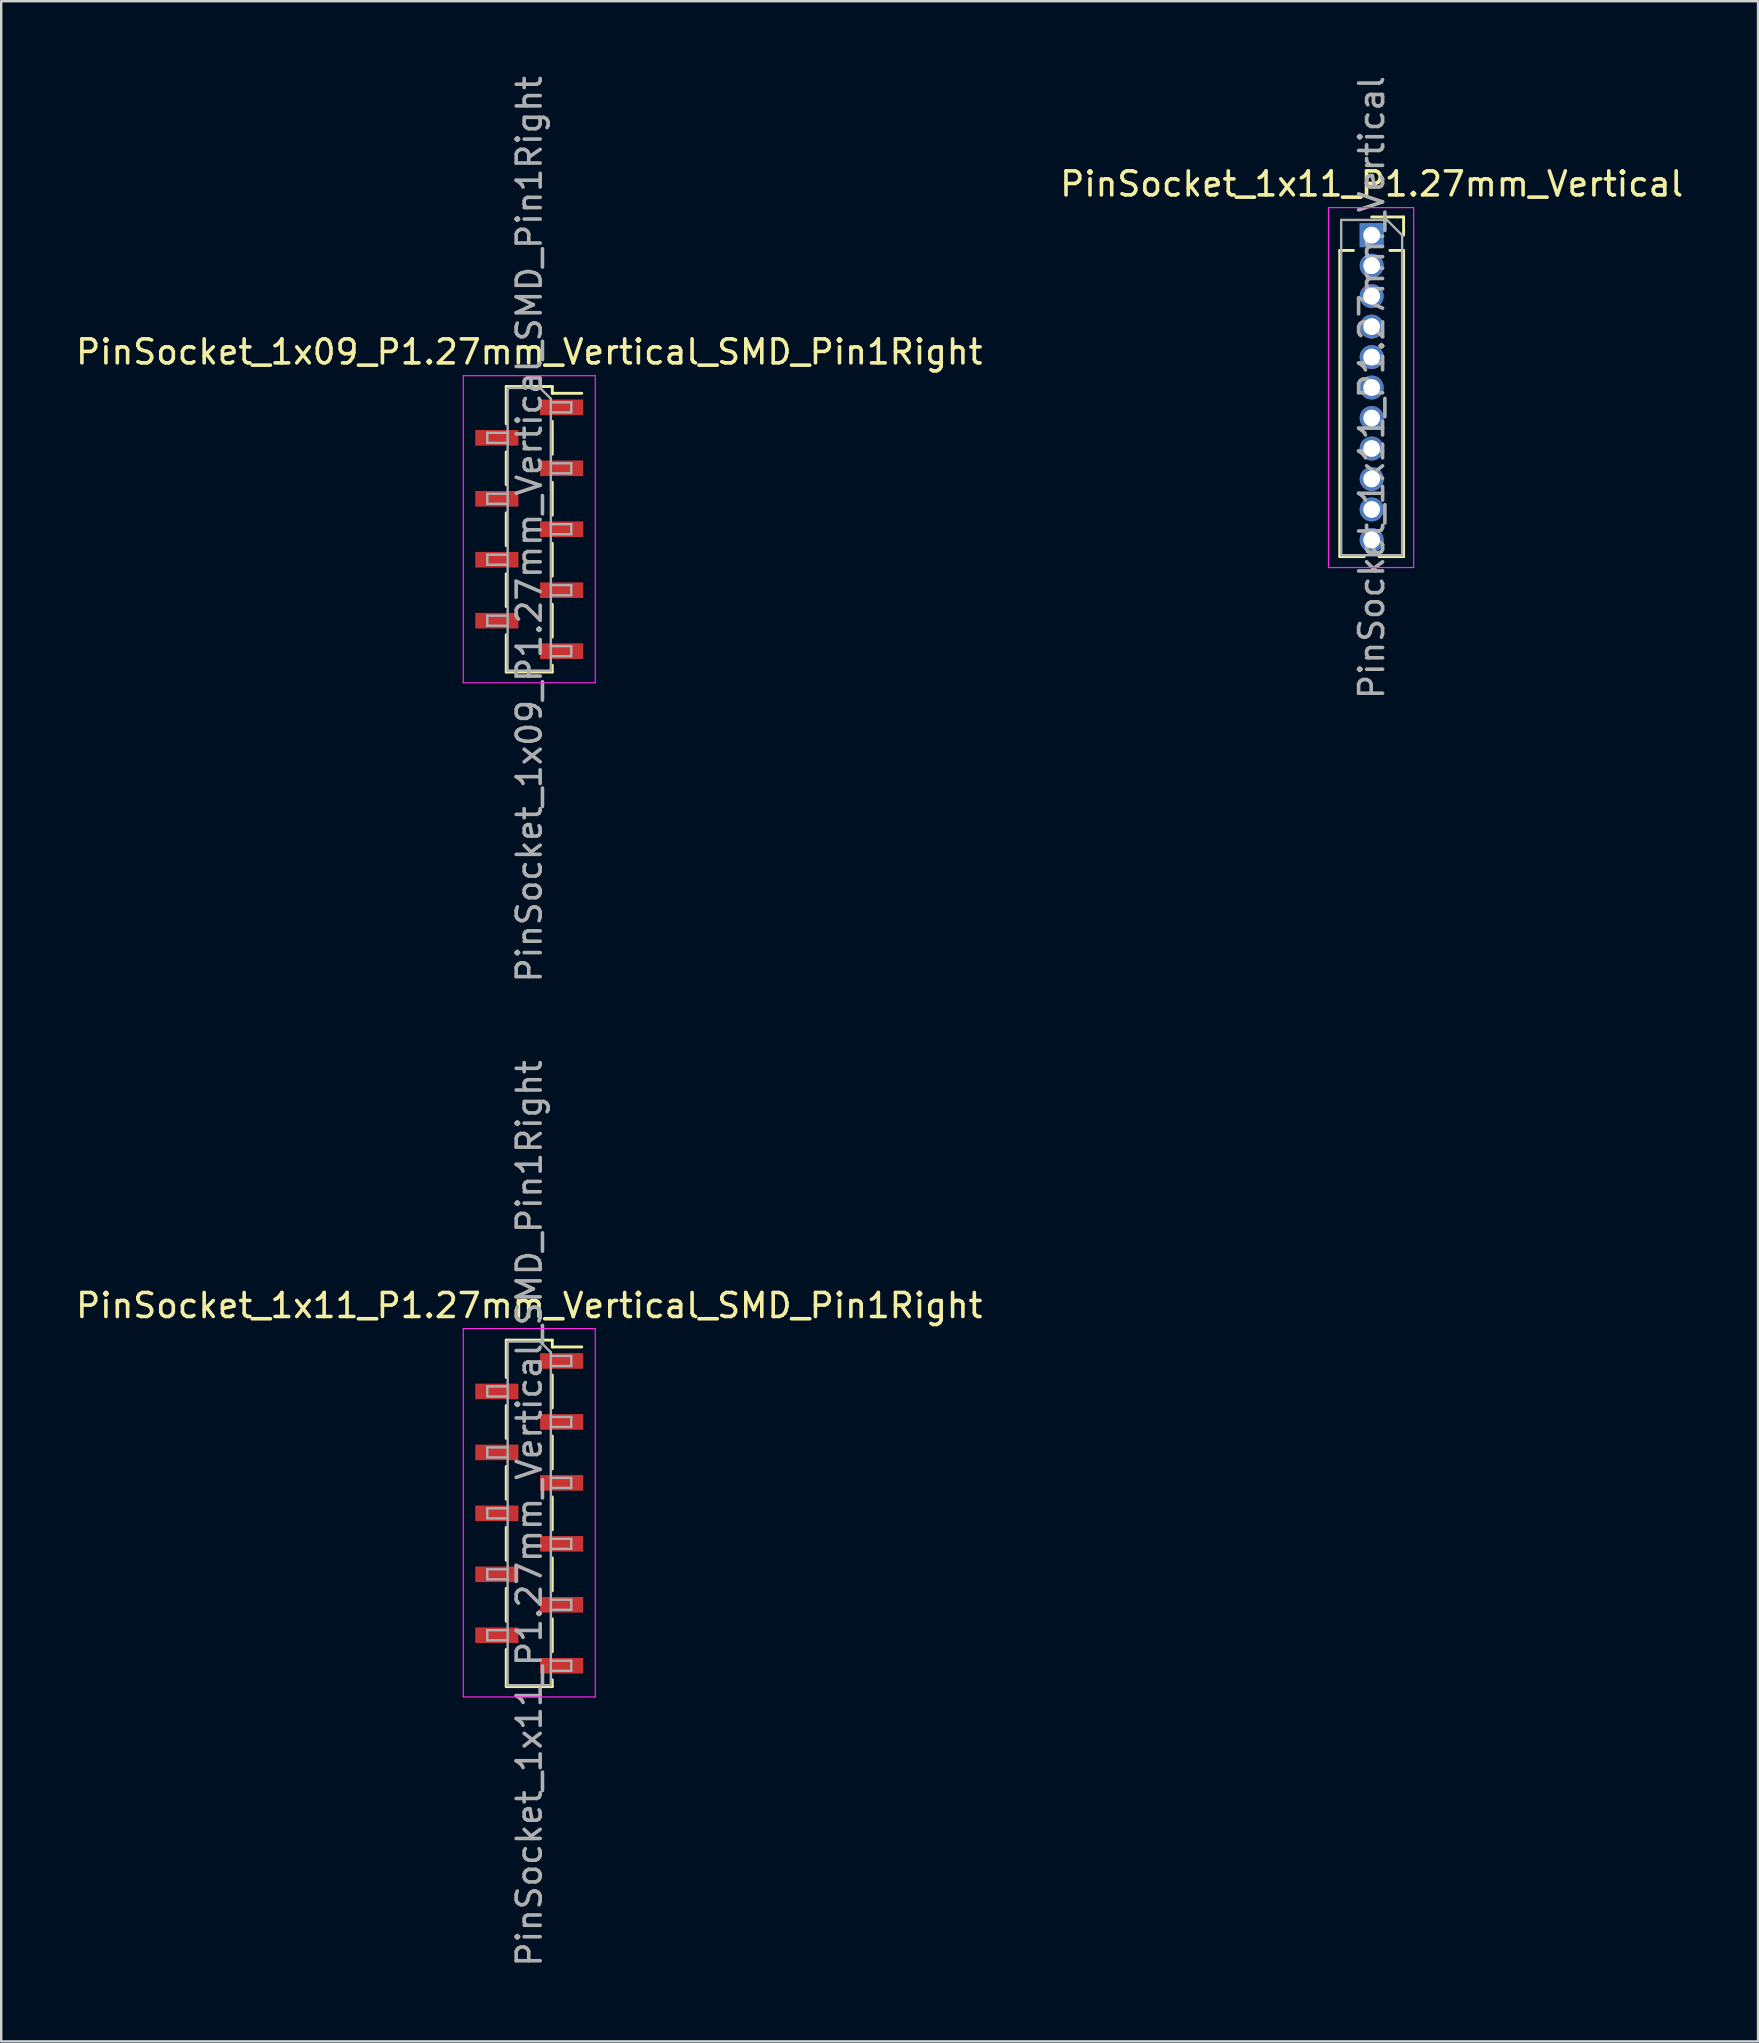
<source format=kicad_pcb>
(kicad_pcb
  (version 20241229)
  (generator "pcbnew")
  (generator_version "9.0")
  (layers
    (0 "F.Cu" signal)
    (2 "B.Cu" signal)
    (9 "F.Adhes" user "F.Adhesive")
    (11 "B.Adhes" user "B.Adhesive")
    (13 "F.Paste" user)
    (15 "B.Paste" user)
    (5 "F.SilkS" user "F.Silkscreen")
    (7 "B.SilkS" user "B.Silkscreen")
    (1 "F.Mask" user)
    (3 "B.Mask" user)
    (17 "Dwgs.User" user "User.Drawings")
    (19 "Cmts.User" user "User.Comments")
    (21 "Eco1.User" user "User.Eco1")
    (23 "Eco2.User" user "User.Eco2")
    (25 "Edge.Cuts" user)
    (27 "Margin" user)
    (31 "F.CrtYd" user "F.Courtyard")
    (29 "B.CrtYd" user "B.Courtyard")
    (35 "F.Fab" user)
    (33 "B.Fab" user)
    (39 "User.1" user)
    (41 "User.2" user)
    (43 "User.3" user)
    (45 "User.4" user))
  (footprint "PinSocket_1x11_P1.27mm_Vertical"
    (layer "F.Cu")
    (at 54.113 6.751)
    (property "Reference" "PinSocket_1x11_P1.27mm_Vertical" (at 0 -2.135 0) (layer "F.SilkS") (effects (font (size 1 1) (thickness 0.15))))
    (attr through_hole)
    (fp_line (start -1.33 0.635) (end -1.33 13.395) (stroke (width 0.12) (type solid)) (layer "F.SilkS"))
    (fp_line (start -1.33 0.635) (end -0.76 0.635) (stroke (width 0.12) (type solid)) (layer "F.SilkS"))
    (fp_line (start -1.33 13.395) (end -0.308 13.395) (stroke (width 0.12) (type solid)) (layer "F.SilkS"))
    (fp_line (start 0 -0.76) (end 1.33 -0.76) (stroke (width 0.12) (type solid)) (layer "F.SilkS"))
    (fp_line (start 0.308 13.395) (end 1.33 13.395) (stroke (width 0.12) (type solid)) (layer "F.SilkS"))
    (fp_line (start 0.76 0.635) (end 1.33 0.635) (stroke (width 0.12) (type solid)) (layer "F.SilkS"))
    (fp_line (start 1.33 -0.76) (end 1.33 0) (stroke (width 0.12) (type solid)) (layer "F.SilkS"))
    (fp_line (start 1.33 0.635) (end 1.33 13.395) (stroke (width 0.12) (type solid)) (layer "F.SilkS"))
    (fp_line (start -1.8 -1.15) (end 1.75 -1.15) (stroke (width 0.05) (type solid)) (layer "F.CrtYd"))
    (fp_line (start -1.8 13.85) (end -1.8 -1.15) (stroke (width 0.05) (type solid)) (layer "F.CrtYd"))
    (fp_line (start 1.75 -1.15) (end 1.75 13.85) (stroke (width 0.05) (type solid)) (layer "F.CrtYd"))
    (fp_line (start 1.75 13.85) (end -1.8 13.85) (stroke (width 0.05) (type solid)) (layer "F.CrtYd"))
    (fp_line (start -1.27 -0.635) (end 0.635 -0.635) (stroke (width 0.1) (type solid)) (layer "F.Fab"))
    (fp_line (start -1.27 13.335) (end -1.27 -0.635) (stroke (width 0.1) (type solid)) (layer "F.Fab"))
    (fp_line (start 0.635 -0.635) (end 1.27 0) (stroke (width 0.1) (type solid)) (layer "F.Fab"))
    (fp_line (start 1.27 0) (end 1.27 13.335) (stroke (width 0.1) (type solid)) (layer "F.Fab"))
    (fp_line (start 1.27 13.335) (end -1.27 13.335) (stroke (width 0.1) (type solid)) (layer "F.Fab"))
    (fp_text user "${REFERENCE}" (at 0 6.35 90) (layer "F.Fab") (effects (font (size 1 1) (thickness 0.15))))
    (pad "1" thru_hole rect (at 0 0) (size 1 1) (drill 0.7) (layers "*.Cu" "*.Mask"))
    (pad "2" thru_hole oval (at 0 1.27) (size 1 1) (drill 0.7) (layers "*.Cu" "*.Mask"))
    (pad "3" thru_hole oval (at 0 2.54) (size 1 1) (drill 0.7) (layers "*.Cu" "*.Mask"))
    (pad "4" thru_hole oval (at 0 3.81) (size 1 1) (drill 0.7) (layers "*.Cu" "*.Mask"))
    (pad "5" thru_hole oval (at 0 5.08) (size 1 1) (drill 0.7) (layers "*.Cu" "*.Mask"))
    (pad "6" thru_hole oval (at 0 6.35) (size 1 1) (drill 0.7) (layers "*.Cu" "*.Mask"))
    (pad "7" thru_hole oval (at 0 7.62) (size 1 1) (drill 0.7) (layers "*.Cu" "*.Mask"))
    (pad "8" thru_hole oval (at 0 8.89) (size 1 1) (drill 0.7) (layers "*.Cu" "*.Mask"))
    (pad "9" thru_hole oval (at 0 10.16) (size 1 1) (drill 0.7) (layers "*.Cu" "*.Mask"))
    (pad "10" thru_hole oval (at 0 11.43) (size 1 1) (drill 0.7) (layers "*.Cu" "*.Mask"))
    (pad "11" thru_hole oval (at 0 12.7) (size 1 1) (drill 0.7) (layers "*.Cu" "*.Mask")))
  (footprint "PinSocket_1x09_P1.27mm_Vertical_SMD_Pin1Right"
    (layer "F.Cu")
    (at 19.006 19.006)
    (property "Reference" "PinSocket_1x09_P1.27mm_Vertical_SMD_Pin1Right" (at 0 -7.39 0) (layer "F.SilkS") (effects (font (size 1 1) (thickness 0.15))))
    (attr smd)
    (fp_line (start -0.96 -5.95) (end -0.96 -4.395) (stroke (width 0.12) (type solid)) (layer "F.SilkS"))
    (fp_line (start -0.96 -5.95) (end 0.96 -5.95) (stroke (width 0.12) (type solid)) (layer "F.SilkS"))
    (fp_line (start -0.96 -3.225) (end -0.96 -1.855) (stroke (width 0.12) (type solid)) (layer "F.SilkS"))
    (fp_line (start -0.96 -0.685) (end -0.96 0.685) (stroke (width 0.12) (type solid)) (layer "F.SilkS"))
    (fp_line (start -0.96 1.855) (end -0.96 3.225) (stroke (width 0.12) (type solid)) (layer "F.SilkS"))
    (fp_line (start -0.96 4.395) (end -0.96 5.95) (stroke (width 0.12) (type solid)) (layer "F.SilkS"))
    (fp_line (start -0.96 5.95) (end 0.96 5.95) (stroke (width 0.12) (type solid)) (layer "F.SilkS"))
    (fp_line (start 0.96 -5.95) (end 0.96 -5.665) (stroke (width 0.12) (type solid)) (layer "F.SilkS"))
    (fp_line (start 0.96 -5.665) (end 2.19 -5.665) (stroke (width 0.12) (type solid)) (layer "F.SilkS"))
    (fp_line (start 0.96 -4.495) (end 0.96 -3.125) (stroke (width 0.12) (type solid)) (layer "F.SilkS"))
    (fp_line (start 0.96 -1.955) (end 0.96 -0.585) (stroke (width 0.12) (type solid)) (layer "F.SilkS"))
    (fp_line (start 0.96 0.585) (end 0.96 1.955) (stroke (width 0.12) (type solid)) (layer "F.SilkS"))
    (fp_line (start 0.96 3.125) (end 0.96 4.495) (stroke (width 0.12) (type solid)) (layer "F.SilkS"))
    (fp_line (start 0.96 5.665) (end 0.96 5.95) (stroke (width 0.12) (type solid)) (layer "F.SilkS"))
    (fp_line (start -2.75 -6.4) (end 2.75 -6.4) (stroke (width 0.05) (type solid)) (layer "F.CrtYd"))
    (fp_line (start -2.75 6.4) (end -2.75 -6.4) (stroke (width 0.05) (type solid)) (layer "F.CrtYd"))
    (fp_line (start 2.75 -6.4) (end 2.75 6.4) (stroke (width 0.05) (type solid)) (layer "F.CrtYd"))
    (fp_line (start 2.75 6.4) (end -2.75 6.4) (stroke (width 0.05) (type solid)) (layer "F.CrtYd"))
    (fp_line (start -1.75 -4.02) (end -0.9 -4.02) (stroke (width 0.1) (type solid)) (layer "F.Fab"))
    (fp_line (start -1.75 -3.6) (end -1.75 -4.02) (stroke (width 0.1) (type solid)) (layer "F.Fab"))
    (fp_line (start -1.75 -1.48) (end -0.9 -1.48) (stroke (width 0.1) (type solid)) (layer "F.Fab"))
    (fp_line (start -1.75 -1.06) (end -1.75 -1.48) (stroke (width 0.1) (type solid)) (layer "F.Fab"))
    (fp_line (start -1.75 1.06) (end -0.9 1.06) (stroke (width 0.1) (type solid)) (layer "F.Fab"))
    (fp_line (start -1.75 1.48) (end -1.75 1.06) (stroke (width 0.1) (type solid)) (layer "F.Fab"))
    (fp_line (start -1.75 3.6) (end -0.9 3.6) (stroke (width 0.1) (type solid)) (layer "F.Fab"))
    (fp_line (start -1.75 4.02) (end -1.75 3.6) (stroke (width 0.1) (type solid)) (layer "F.Fab"))
    (fp_line (start -0.9 -5.89) (end 0.45 -5.89) (stroke (width 0.1) (type solid)) (layer "F.Fab"))
    (fp_line (start -0.9 -3.6) (end -1.75 -3.6) (stroke (width 0.1) (type solid)) (layer "F.Fab"))
    (fp_line (start -0.9 -1.06) (end -1.75 -1.06) (stroke (width 0.1) (type solid)) (layer "F.Fab"))
    (fp_line (start -0.9 1.48) (end -1.75 1.48) (stroke (width 0.1) (type solid)) (layer "F.Fab"))
    (fp_line (start -0.9 4.02) (end -1.75 4.02) (stroke (width 0.1) (type solid)) (layer "F.Fab"))
    (fp_line (start -0.9 5.89) (end -0.9 -5.89) (stroke (width 0.1) (type solid)) (layer "F.Fab"))
    (fp_line (start 0.45 -5.89) (end 0.9 -5.44) (stroke (width 0.1) (type solid)) (layer "F.Fab"))
    (fp_line (start 0.9 -5.44) (end 0.9 5.89) (stroke (width 0.1) (type solid)) (layer "F.Fab"))
    (fp_line (start 0.9 -5.29) (end 1.75 -5.29) (stroke (width 0.1) (type solid)) (layer "F.Fab"))
    (fp_line (start 0.9 -2.75) (end 1.75 -2.75) (stroke (width 0.1) (type solid)) (layer "F.Fab"))
    (fp_line (start 0.9 -0.21) (end 1.75 -0.21) (stroke (width 0.1) (type solid)) (layer "F.Fab"))
    (fp_line (start 0.9 2.33) (end 1.75 2.33) (stroke (width 0.1) (type solid)) (layer "F.Fab"))
    (fp_line (start 0.9 4.87) (end 1.75 4.87) (stroke (width 0.1) (type solid)) (layer "F.Fab"))
    (fp_line (start 0.9 5.89) (end -0.9 5.89) (stroke (width 0.1) (type solid)) (layer "F.Fab"))
    (fp_line (start 1.75 -5.29) (end 1.75 -4.87) (stroke (width 0.1) (type solid)) (layer "F.Fab"))
    (fp_line (start 1.75 -4.87) (end 0.9 -4.87) (stroke (width 0.1) (type solid)) (layer "F.Fab"))
    (fp_line (start 1.75 -2.75) (end 1.75 -2.33) (stroke (width 0.1) (type solid)) (layer "F.Fab"))
    (fp_line (start 1.75 -2.33) (end 0.9 -2.33) (stroke (width 0.1) (type solid)) (layer "F.Fab"))
    (fp_line (start 1.75 -0.21) (end 1.75 0.21) (stroke (width 0.1) (type solid)) (layer "F.Fab"))
    (fp_line (start 1.75 0.21) (end 0.9 0.21) (stroke (width 0.1) (type solid)) (layer "F.Fab"))
    (fp_line (start 1.75 2.33) (end 1.75 2.75) (stroke (width 0.1) (type solid)) (layer "F.Fab"))
    (fp_line (start 1.75 2.75) (end 0.9 2.75) (stroke (width 0.1) (type solid)) (layer "F.Fab"))
    (fp_line (start 1.75 4.87) (end 1.75 5.29) (stroke (width 0.1) (type solid)) (layer "F.Fab"))
    (fp_line (start 1.75 5.29) (end 0.9 5.29) (stroke (width 0.1) (type solid)) (layer "F.Fab"))
    (fp_text user "${REFERENCE}" (at 0 0 90) (layer "F.Fab") (effects (font (size 1 1) (thickness 0.15))))
    (pad "1" smd rect (at 1.35 -5.08) (size 1.8 0.65) (layers "F.Cu" "F.Mask" "F.Paste"))
    (pad "2" smd rect (at -1.35 -3.81) (size 1.8 0.65) (layers "F.Cu" "F.Mask" "F.Paste"))
    (pad "3" smd rect (at 1.35 -2.54) (size 1.8 0.65) (layers "F.Cu" "F.Mask" "F.Paste"))
    (pad "4" smd rect (at -1.35 -1.27) (size 1.8 0.65) (layers "F.Cu" "F.Mask" "F.Paste"))
    (pad "5" smd rect (at 1.35 0) (size 1.8 0.65) (layers "F.Cu" "F.Mask" "F.Paste"))
    (pad "6" smd rect (at -1.35 1.27) (size 1.8 0.65) (layers "F.Cu" "F.Mask" "F.Paste"))
    (pad "7" smd rect (at 1.35 2.54) (size 1.8 0.65) (layers "F.Cu" "F.Mask" "F.Paste"))
    (pad "8" smd rect (at -1.35 3.81) (size 1.8 0.65) (layers "F.Cu" "F.Mask" "F.Paste"))
    (pad "9" smd rect (at 1.35 5.08) (size 1.8 0.65) (layers "F.Cu" "F.Mask" "F.Paste")))
  (footprint "PinSocket_1x11_P1.27mm_Vertical_SMD_Pin1Right"
    (layer "F.Cu")
    (at 19.006 60.018)
    (property "Reference" "PinSocket_1x11_P1.27mm_Vertical_SMD_Pin1Right" (at 0 -8.66 0) (layer "F.SilkS") (effects (font (size 1 1) (thickness 0.15))))
    (attr smd)
    (fp_line (start -0.96 -7.22) (end -0.96 -5.665) (stroke (width 0.12) (type solid)) (layer "F.SilkS"))
    (fp_line (start -0.96 -7.22) (end 0.96 -7.22) (stroke (width 0.12) (type solid)) (layer "F.SilkS"))
    (fp_line (start -0.96 -4.495) (end -0.96 -3.125) (stroke (width 0.12) (type solid)) (layer "F.SilkS"))
    (fp_line (start -0.96 -1.955) (end -0.96 -0.585) (stroke (width 0.12) (type solid)) (layer "F.SilkS"))
    (fp_line (start -0.96 0.585) (end -0.96 1.955) (stroke (width 0.12) (type solid)) (layer "F.SilkS"))
    (fp_line (start -0.96 3.125) (end -0.96 4.495) (stroke (width 0.12) (type solid)) (layer "F.SilkS"))
    (fp_line (start -0.96 5.665) (end -0.96 7.22) (stroke (width 0.12) (type solid)) (layer "F.SilkS"))
    (fp_line (start -0.96 7.22) (end 0.96 7.22) (stroke (width 0.12) (type solid)) (layer "F.SilkS"))
    (fp_line (start 0.96 -7.22) (end 0.96 -6.935) (stroke (width 0.12) (type solid)) (layer "F.SilkS"))
    (fp_line (start 0.96 -6.935) (end 2.19 -6.935) (stroke (width 0.12) (type solid)) (layer "F.SilkS"))
    (fp_line (start 0.96 -5.765) (end 0.96 -4.395) (stroke (width 0.12) (type solid)) (layer "F.SilkS"))
    (fp_line (start 0.96 -3.225) (end 0.96 -1.855) (stroke (width 0.12) (type solid)) (layer "F.SilkS"))
    (fp_line (start 0.96 -0.685) (end 0.96 0.685) (stroke (width 0.12) (type solid)) (layer "F.SilkS"))
    (fp_line (start 0.96 1.855) (end 0.96 3.225) (stroke (width 0.12) (type solid)) (layer "F.SilkS"))
    (fp_line (start 0.96 4.395) (end 0.96 5.765) (stroke (width 0.12) (type solid)) (layer "F.SilkS"))
    (fp_line (start 0.96 6.935) (end 0.96 7.22) (stroke (width 0.12) (type solid)) (layer "F.SilkS"))
    (fp_line (start -2.75 -7.7) (end 2.75 -7.7) (stroke (width 0.05) (type solid)) (layer "F.CrtYd"))
    (fp_line (start -2.75 7.65) (end -2.75 -7.7) (stroke (width 0.05) (type solid)) (layer "F.CrtYd"))
    (fp_line (start 2.75 -7.7) (end 2.75 7.65) (stroke (width 0.05) (type solid)) (layer "F.CrtYd"))
    (fp_line (start 2.75 7.65) (end -2.75 7.65) (stroke (width 0.05) (type solid)) (layer "F.CrtYd"))
    (fp_line (start -1.75 -5.29) (end -0.9 -5.29) (stroke (width 0.1) (type solid)) (layer "F.Fab"))
    (fp_line (start -1.75 -4.87) (end -1.75 -5.29) (stroke (width 0.1) (type solid)) (layer "F.Fab"))
    (fp_line (start -1.75 -2.75) (end -0.9 -2.75) (stroke (width 0.1) (type solid)) (layer "F.Fab"))
    (fp_line (start -1.75 -2.33) (end -1.75 -2.75) (stroke (width 0.1) (type solid)) (layer "F.Fab"))
    (fp_line (start -1.75 -0.21) (end -0.9 -0.21) (stroke (width 0.1) (type solid)) (layer "F.Fab"))
    (fp_line (start -1.75 0.21) (end -1.75 -0.21) (stroke (width 0.1) (type solid)) (layer "F.Fab"))
    (fp_line (start -1.75 2.33) (end -0.9 2.33) (stroke (width 0.1) (type solid)) (layer "F.Fab"))
    (fp_line (start -1.75 2.75) (end -1.75 2.33) (stroke (width 0.1) (type solid)) (layer "F.Fab"))
    (fp_line (start -1.75 4.87) (end -0.9 4.87) (stroke (width 0.1) (type solid)) (layer "F.Fab"))
    (fp_line (start -1.75 5.29) (end -1.75 4.87) (stroke (width 0.1) (type solid)) (layer "F.Fab"))
    (fp_line (start -0.9 -7.16) (end 0.45 -7.16) (stroke (width 0.1) (type solid)) (layer "F.Fab"))
    (fp_line (start -0.9 -4.87) (end -1.75 -4.87) (stroke (width 0.1) (type solid)) (layer "F.Fab"))
    (fp_line (start -0.9 -2.33) (end -1.75 -2.33) (stroke (width 0.1) (type solid)) (layer "F.Fab"))
    (fp_line (start -0.9 0.21) (end -1.75 0.21) (stroke (width 0.1) (type solid)) (layer "F.Fab"))
    (fp_line (start -0.9 2.75) (end -1.75 2.75) (stroke (width 0.1) (type solid)) (layer "F.Fab"))
    (fp_line (start -0.9 5.29) (end -1.75 5.29) (stroke (width 0.1) (type solid)) (layer "F.Fab"))
    (fp_line (start -0.9 7.16) (end -0.9 -7.16) (stroke (width 0.1) (type solid)) (layer "F.Fab"))
    (fp_line (start 0.45 -7.16) (end 0.9 -6.71) (stroke (width 0.1) (type solid)) (layer "F.Fab"))
    (fp_line (start 0.9 -6.71) (end 0.9 7.16) (stroke (width 0.1) (type solid)) (layer "F.Fab"))
    (fp_line (start 0.9 -6.56) (end 1.75 -6.56) (stroke (width 0.1) (type solid)) (layer "F.Fab"))
    (fp_line (start 0.9 -4.02) (end 1.75 -4.02) (stroke (width 0.1) (type solid)) (layer "F.Fab"))
    (fp_line (start 0.9 -1.48) (end 1.75 -1.48) (stroke (width 0.1) (type solid)) (layer "F.Fab"))
    (fp_line (start 0.9 1.06) (end 1.75 1.06) (stroke (width 0.1) (type solid)) (layer "F.Fab"))
    (fp_line (start 0.9 3.6) (end 1.75 3.6) (stroke (width 0.1) (type solid)) (layer "F.Fab"))
    (fp_line (start 0.9 6.14) (end 1.75 6.14) (stroke (width 0.1) (type solid)) (layer "F.Fab"))
    (fp_line (start 0.9 7.16) (end -0.9 7.16) (stroke (width 0.1) (type solid)) (layer "F.Fab"))
    (fp_line (start 1.75 -6.56) (end 1.75 -6.14) (stroke (width 0.1) (type solid)) (layer "F.Fab"))
    (fp_line (start 1.75 -6.14) (end 0.9 -6.14) (stroke (width 0.1) (type solid)) (layer "F.Fab"))
    (fp_line (start 1.75 -4.02) (end 1.75 -3.6) (stroke (width 0.1) (type solid)) (layer "F.Fab"))
    (fp_line (start 1.75 -3.6) (end 0.9 -3.6) (stroke (width 0.1) (type solid)) (layer "F.Fab"))
    (fp_line (start 1.75 -1.48) (end 1.75 -1.06) (stroke (width 0.1) (type solid)) (layer "F.Fab"))
    (fp_line (start 1.75 -1.06) (end 0.9 -1.06) (stroke (width 0.1) (type solid)) (layer "F.Fab"))
    (fp_line (start 1.75 1.06) (end 1.75 1.48) (stroke (width 0.1) (type solid)) (layer "F.Fab"))
    (fp_line (start 1.75 1.48) (end 0.9 1.48) (stroke (width 0.1) (type solid)) (layer "F.Fab"))
    (fp_line (start 1.75 3.6) (end 1.75 4.02) (stroke (width 0.1) (type solid)) (layer "F.Fab"))
    (fp_line (start 1.75 4.02) (end 0.9 4.02) (stroke (width 0.1) (type solid)) (layer "F.Fab"))
    (fp_line (start 1.75 6.14) (end 1.75 6.56) (stroke (width 0.1) (type solid)) (layer "F.Fab"))
    (fp_line (start 1.75 6.56) (end 0.9 6.56) (stroke (width 0.1) (type solid)) (layer "F.Fab"))
    (fp_text user "${REFERENCE}" (at 0 0 90) (layer "F.Fab") (effects (font (size 1 1) (thickness 0.15))))
    (pad "1" smd rect (at 1.35 -6.35) (size 1.8 0.65) (layers "F.Cu" "F.Mask" "F.Paste"))
    (pad "2" smd rect (at -1.35 -5.08) (size 1.8 0.65) (layers "F.Cu" "F.Mask" "F.Paste"))
    (pad "3" smd rect (at 1.35 -3.81) (size 1.8 0.65) (layers "F.Cu" "F.Mask" "F.Paste"))
    (pad "4" smd rect (at -1.35 -2.54) (size 1.8 0.65) (layers "F.Cu" "F.Mask" "F.Paste"))
    (pad "5" smd rect (at 1.35 -1.27) (size 1.8 0.65) (layers "F.Cu" "F.Mask" "F.Paste"))
    (pad "6" smd rect (at -1.35 0) (size 1.8 0.65) (layers "F.Cu" "F.Mask" "F.Paste"))
    (pad "7" smd rect (at 1.35 1.27) (size 1.8 0.65) (layers "F.Cu" "F.Mask" "F.Paste"))
    (pad "8" smd rect (at -1.35 2.54) (size 1.8 0.65) (layers "F.Cu" "F.Mask" "F.Paste"))
    (pad "9" smd rect (at 1.35 3.81) (size 1.8 0.65) (layers "F.Cu" "F.Mask" "F.Paste"))
    (pad "10" smd rect (at -1.35 5.08) (size 1.8 0.65) (layers "F.Cu" "F.Mask" "F.Paste"))
    (pad "11" smd rect (at 1.35 6.35) (size 1.8 0.65) (layers "F.Cu" "F.Mask" "F.Paste")))
  (gr_rect
    (start -3 -3)
    (end 70.214 82.024)
    (stroke (width 0.1) (type default))
    (fill no)
    (layer "Edge.Cuts")))
</source>
